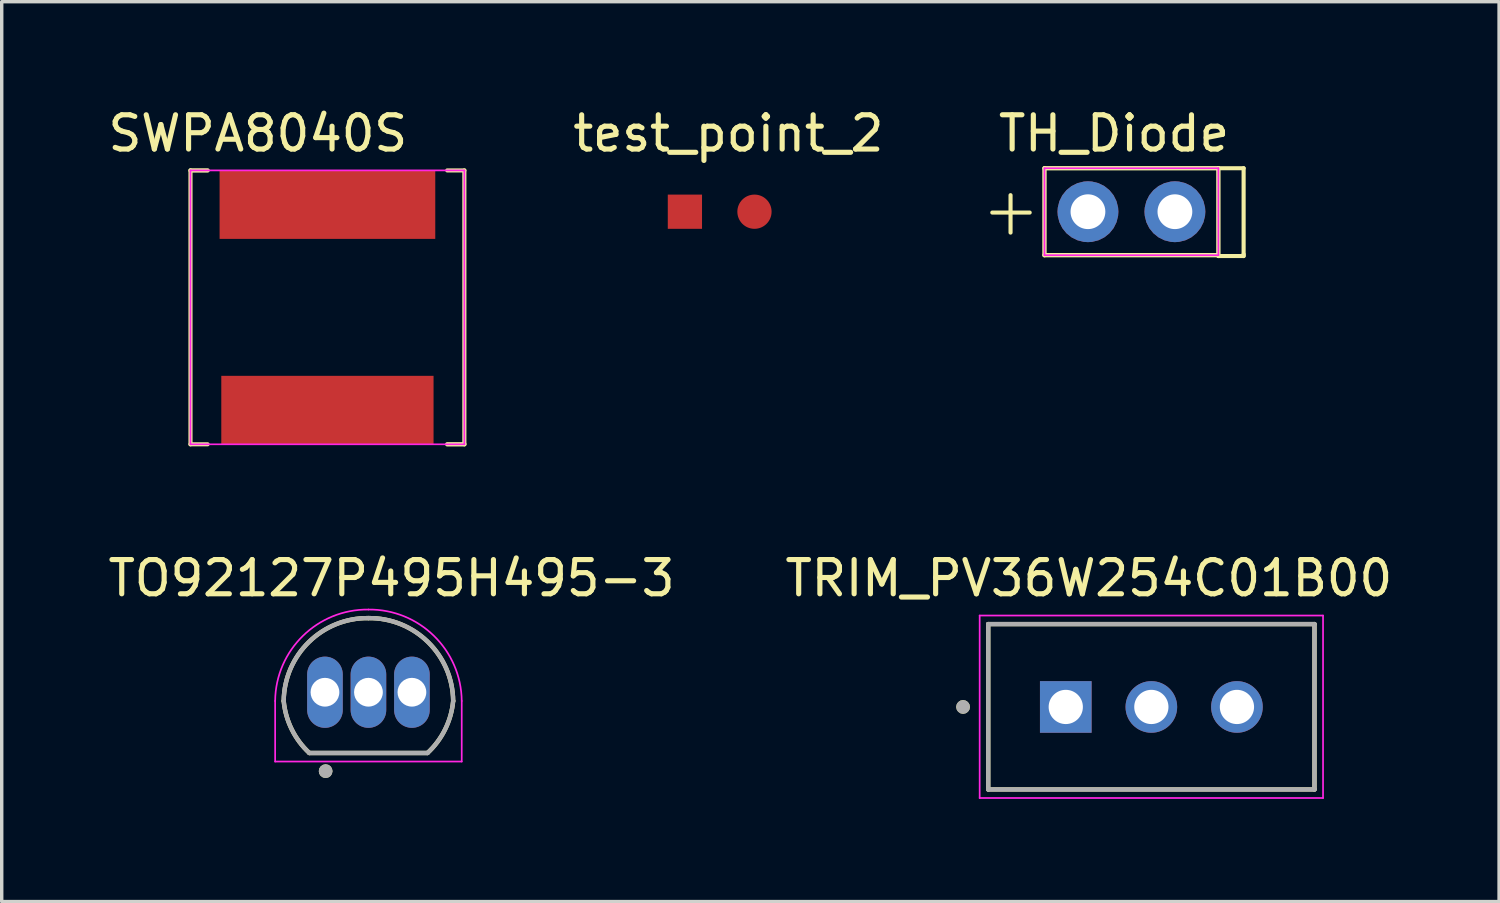
<source format=kicad_pcb>
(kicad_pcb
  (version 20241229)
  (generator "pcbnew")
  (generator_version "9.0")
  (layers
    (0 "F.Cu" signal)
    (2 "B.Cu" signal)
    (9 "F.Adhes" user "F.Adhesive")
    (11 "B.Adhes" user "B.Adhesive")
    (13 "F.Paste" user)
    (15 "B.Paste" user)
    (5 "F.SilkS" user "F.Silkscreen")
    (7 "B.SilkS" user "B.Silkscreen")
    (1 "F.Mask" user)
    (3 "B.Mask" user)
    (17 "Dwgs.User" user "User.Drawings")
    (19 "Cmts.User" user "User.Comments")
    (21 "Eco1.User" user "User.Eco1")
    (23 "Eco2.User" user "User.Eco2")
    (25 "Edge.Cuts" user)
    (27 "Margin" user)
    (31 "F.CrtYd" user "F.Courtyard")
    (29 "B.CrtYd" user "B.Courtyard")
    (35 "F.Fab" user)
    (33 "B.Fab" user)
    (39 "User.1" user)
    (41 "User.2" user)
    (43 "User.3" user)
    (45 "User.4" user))
  (footprint "TO92127P495H495-3"
    (layer "F.Cu")
    (at 7.712 17.17)
    (property "Reference" "TO92127P495H495-3" (at 0.675 -3.33 0) (layer "F.SilkS") (effects (font (size 1 1) (thickness 0.15))))
    (attr through_hole)
    (fp_line (start -1.725 1.775) (end 1.725 1.775) (stroke (width 0.127) (type solid)) (layer "F.SilkS"))
    (fp_arc (start -2.475 0.255) (mid -1.738698 -1.467589) (end 0 -2.165) (stroke (width 0.127) (type solid)) (layer "F.SilkS"))
    (fp_arc (start -1.725 1.775) (mid -2.240559 1.084355) (end -2.475 0.255) (stroke (width 0.127) (type solid)) (layer "F.SilkS"))
    (fp_arc (start 0 -2.165) (mid 1.738698 -1.467589) (end 2.475 0.255) (stroke (width 0.127) (type solid)) (layer "F.SilkS"))
    (fp_arc (start 2.475 0.255) (mid 2.240559 1.084355) (end 1.725 1.775) (stroke (width 0.127) (type solid)) (layer "F.SilkS"))
    (fp_circle (center -1.25 2.305) (end -1.15 2.305) (stroke (width 0.2) (type solid)) (fill no) (layer "F.SilkS"))
    (fp_line (start -2.725 0.255) (end -2.725 2.025) (stroke (width 0.05) (type solid)) (layer "F.CrtYd"))
    (fp_line (start -2.725 2.025) (end 2.725 2.025) (stroke (width 0.05) (type solid)) (layer "F.CrtYd"))
    (fp_line (start 2.725 2.025) (end 2.725 0.255) (stroke (width 0.05) (type solid)) (layer "F.CrtYd"))
    (fp_arc (start -2.725 0.255) (mid -1.915475 -1.644366) (end 0 -2.415) (stroke (width 0.05) (type solid)) (layer "F.CrtYd"))
    (fp_arc (start 0 -2.415) (mid 1.915475 -1.644366) (end 2.725 0.255) (stroke (width 0.05) (type solid)) (layer "F.CrtYd"))
    (fp_line (start -1.725 1.775) (end 1.725 1.775) (stroke (width 0.127) (type solid)) (layer "F.Fab"))
    (fp_arc (start -2.475 0.255) (mid -1.738698 -1.467589) (end 0 -2.165) (stroke (width 0.127) (type solid)) (layer "F.Fab"))
    (fp_arc (start -1.725 1.775) (mid -2.240559 1.084355) (end -2.475 0.255) (stroke (width 0.127) (type solid)) (layer "F.Fab"))
    (fp_arc (start 0 -2.165) (mid 1.738698 -1.467589) (end 2.475 0.255) (stroke (width 0.127) (type solid)) (layer "F.Fab"))
    (fp_arc (start 2.475 0.255) (mid 2.240559 1.084355) (end 1.725 1.775) (stroke (width 0.127) (type solid)) (layer "F.Fab"))
    (fp_circle (center -1.25 2.305) (end -1.15 2.305) (stroke (width 0.2) (type solid)) (fill no) (layer "F.Fab"))
    (pad "1" thru_hole oval (at -1.27 0) (size 1.04 2.08) (drill 0.84) (layers "*.Cu" "*.Mask"))
    (pad "2" thru_hole oval (at 0 0) (size 1.04 2.08) (drill 0.84) (layers "*.Cu" "*.Mask"))
    (pad "3" thru_hole oval (at 1.27 0) (size 1.04 2.08) (drill 0.84) (layers "*.Cu" "*.Mask")))
  (footprint "TH_Diode"
    (layer "F.Cu")
    (at 29.999 3.134)
    (property "Reference" "TH_Diode" (at -0.508 -2.286 0) (layer "F.SilkS") (effects (font (size 1 1) (thickness 0.15))))
    (attr through_hole)
    (fp_line (start -4.064 0.025) (end -2.972 0.025) (stroke (width 0.12) (type solid)) (layer "F.SilkS"))
    (fp_line (start -3.531 -0.483) (end -3.531 0.61) (stroke (width 0.12) (type solid)) (layer "F.SilkS"))
    (fp_line (start -2.54 -1.27) (end -2.54 1.27) (stroke (width 0.127) (type solid)) (layer "F.SilkS"))
    (fp_line (start -2.54 -1.27) (end 2.54 -1.27) (stroke (width 0.127) (type solid)) (layer "F.SilkS"))
    (fp_line (start -2.54 1.27) (end 2.54 1.27) (stroke (width 0.127) (type solid)) (layer "F.SilkS"))
    (fp_line (start 2.54 -1.27) (end 2.54 1.27) (stroke (width 0.127) (type solid)) (layer "F.SilkS"))
    (fp_line (start 2.54 -1.27) (end 3.277 -1.27) (stroke (width 0.12) (type solid)) (layer "F.SilkS"))
    (fp_line (start 2.54 1.295) (end 2.54 1.27) (stroke (width 0.12) (type solid)) (layer "F.SilkS"))
    (fp_line (start 3.277 -1.27) (end 3.277 1.245) (stroke (width 0.12) (type solid)) (layer "F.SilkS"))
    (fp_line (start 3.277 1.245) (end 3.277 1.295) (stroke (width 0.12) (type solid)) (layer "F.SilkS"))
    (fp_line (start 3.277 1.295) (end 2.54 1.295) (stroke (width 0.12) (type solid)) (layer "F.SilkS"))
    (fp_line (start -2.54 -1.27) (end 2.54 -1.27) (stroke (width 0.05) (type solid)) (layer "F.CrtYd"))
    (fp_line (start -2.54 1.27) (end -2.54 -1.27) (stroke (width 0.05) (type solid)) (layer "F.CrtYd"))
    (fp_line (start 2.54 -1.27) (end 2.54 1.27) (stroke (width 0.05) (type solid)) (layer "F.CrtYd"))
    (fp_line (start 2.54 1.27) (end -2.54 1.27) (stroke (width 0.05) (type solid)) (layer "F.CrtYd"))
    (pad "1" thru_hole roundrect (at -1.27 0) (size 1.778 1.778) (drill 1.016) (layers "*.Cu" "*.Mask") (roundrect_rratio 0.5))
    (pad "2" thru_hole roundrect (at 1.27 0) (size 1.778 1.778) (drill 1.016) (layers "*.Cu" "*.Mask") (roundrect_rratio 0.5)))
  (footprint "SWPA8040S"
    (layer "F.Cu")
    (at 6.514 5.928)
    (property "Reference" "SWPA8040S" (at -2.032 -5.08 0) (layer "F.SilkS") (effects (font (size 1 1) (thickness 0.15))))
    (attr smd)
    (fp_line (start -4 -4) (end -4 4) (stroke (width 0.12) (type solid)) (layer "F.SilkS"))
    (fp_line (start -4 -4) (end -3.5 -4) (stroke (width 0.127) (type solid)) (layer "F.SilkS"))
    (fp_line (start -4 4) (end -3.5 4) (stroke (width 0.12) (type solid)) (layer "F.SilkS"))
    (fp_line (start 4 -4) (end 3.5 -4) (stroke (width 0.12) (type solid)) (layer "F.SilkS"))
    (fp_line (start 4 -4) (end 4 4) (stroke (width 0.12) (type solid)) (layer "F.SilkS"))
    (fp_line (start 4 4) (end 3.5 4) (stroke (width 0.127) (type solid)) (layer "F.SilkS"))
    (fp_line (start -4 -4) (end -4 4) (stroke (width 0.05) (type solid)) (layer "F.CrtYd"))
    (fp_line (start -4 -4) (end 4 -4) (stroke (width 0.05) (type solid)) (layer "F.CrtYd"))
    (fp_line (start -4 4) (end 4 4) (stroke (width 0.05) (type solid)) (layer "F.CrtYd"))
    (fp_line (start 4 -4) (end 4 4) (stroke (width 0.05) (type solid)) (layer "F.CrtYd"))
    (pad "1" smd rect (at 0 -3) (size 6.3 2) (layers "F.Cu" "F.Mask" "F.Paste"))
    (pad "2" smd rect (at 0 3) (size 6.2 2) (layers "F.Cu" "F.Mask" "F.Paste")))
  (footprint "test_point_2"
    (layer "F.Cu")
    (at 17.972 3.134)
    (property "Reference" "test_point_2" (at 0.254 -2.286 0) (layer "F.SilkS") (effects (font (size 1 1) (thickness 0.15))))
    (attr through_hole)
    (pad "1" smd rect (at -1.016 0) (size 1 1) (layers "F.Cu" "F.Mask" "F.Paste"))
    (pad "2" smd circle (at 1.016 0) (size 1 1) (layers "F.Cu" "F.Mask" "F.Paste")))
  (footprint "TRIM_PV36W254C01B00"
    (layer "F.Cu")
    (at 30.581 17.6)
    (property "Reference" "TRIM_PV36W254C01B00" (at -1.825 -3.76 0) (layer "F.SilkS") (effects (font (size 1 1) (thickness 0.15))))
    (attr through_hole)
    (fp_line (start -4.765 -2.42) (end -4.765 2.41) (stroke (width 0.127) (type solid)) (layer "F.SilkS"))
    (fp_line (start -4.765 2.41) (end 4.765 2.41) (stroke (width 0.127) (type solid)) (layer "F.SilkS"))
    (fp_line (start 4.765 -2.42) (end -4.765 -2.42) (stroke (width 0.127) (type solid)) (layer "F.SilkS"))
    (fp_line (start 4.765 2.41) (end 4.765 -2.42) (stroke (width 0.127) (type solid)) (layer "F.SilkS"))
    (fp_circle (center -5.5 0) (end -5.4 0) (stroke (width 0.2) (type solid)) (fill no) (layer "F.SilkS"))
    (fp_line (start -5.015 -2.67) (end -5.015 2.66) (stroke (width 0.05) (type solid)) (layer "F.CrtYd"))
    (fp_line (start -5.015 2.66) (end 5.015 2.66) (stroke (width 0.05) (type solid)) (layer "F.CrtYd"))
    (fp_line (start 5.015 -2.67) (end -5.015 -2.67) (stroke (width 0.05) (type solid)) (layer "F.CrtYd"))
    (fp_line (start 5.015 2.66) (end 5.015 -2.67) (stroke (width 0.05) (type solid)) (layer "F.CrtYd"))
    (fp_line (start -4.765 -2.42) (end -4.765 2.41) (stroke (width 0.127) (type solid)) (layer "F.Fab"))
    (fp_line (start -4.765 2.41) (end 4.765 2.41) (stroke (width 0.127) (type solid)) (layer "F.Fab"))
    (fp_line (start 4.765 -2.42) (end -4.765 -2.42) (stroke (width 0.127) (type solid)) (layer "F.Fab"))
    (fp_line (start 4.765 2.41) (end 4.765 -2.42) (stroke (width 0.127) (type solid)) (layer "F.Fab"))
    (fp_circle (center -5.5 0) (end -5.4 0) (stroke (width 0.2) (type solid)) (fill no) (layer "F.Fab"))
    (pad "1" thru_hole rect (at -2.5 0) (size 1.508 1.508) (drill 1) (layers "*.Cu" "*.Mask"))
    (pad "2" thru_hole circle (at 0 0) (size 1.508 1.508) (drill 1) (layers "*.Cu" "*.Mask"))
    (pad "3" thru_hole circle (at 2.5 0) (size 1.508 1.508) (drill 1) (layers "*.Cu" "*.Mask")))
  (gr_rect
    (start -3 -3)
    (end 40.738 23.285)
    (stroke (width 0.1) (type default))
    (fill no)
    (layer "Edge.Cuts")))
</source>
